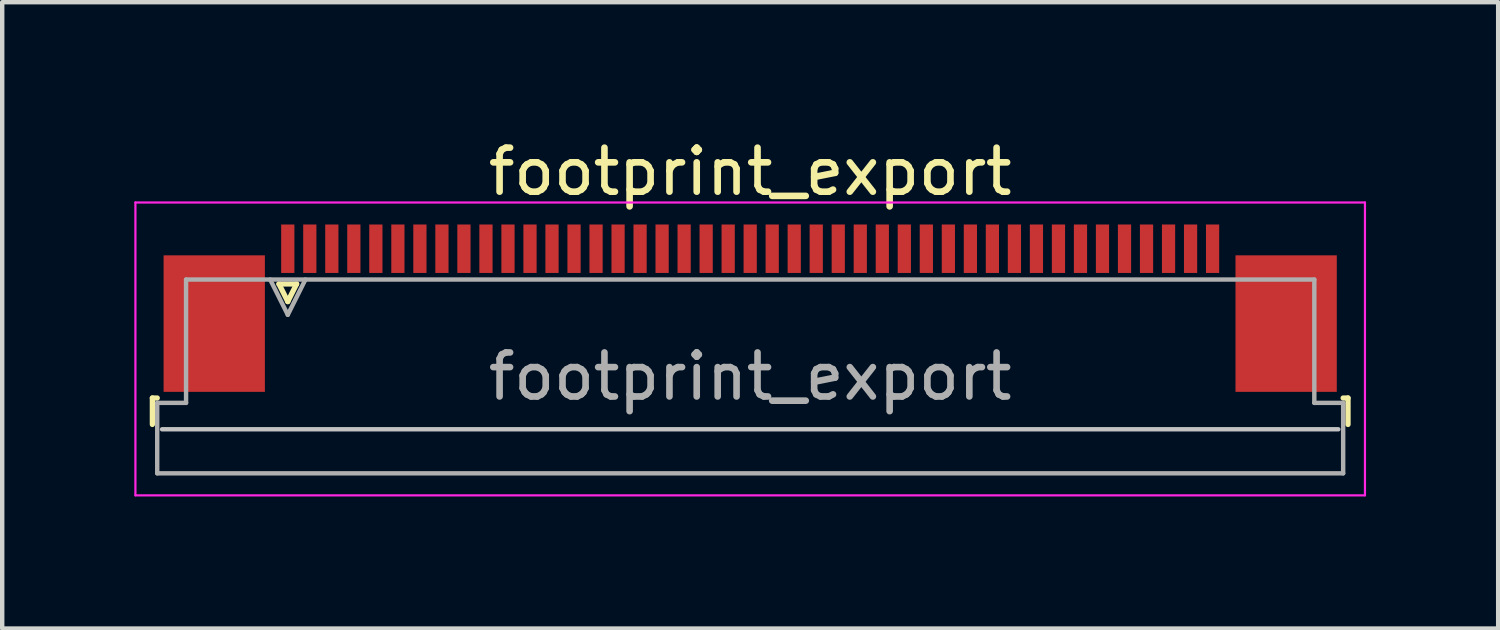
<source format=kicad_pcb>
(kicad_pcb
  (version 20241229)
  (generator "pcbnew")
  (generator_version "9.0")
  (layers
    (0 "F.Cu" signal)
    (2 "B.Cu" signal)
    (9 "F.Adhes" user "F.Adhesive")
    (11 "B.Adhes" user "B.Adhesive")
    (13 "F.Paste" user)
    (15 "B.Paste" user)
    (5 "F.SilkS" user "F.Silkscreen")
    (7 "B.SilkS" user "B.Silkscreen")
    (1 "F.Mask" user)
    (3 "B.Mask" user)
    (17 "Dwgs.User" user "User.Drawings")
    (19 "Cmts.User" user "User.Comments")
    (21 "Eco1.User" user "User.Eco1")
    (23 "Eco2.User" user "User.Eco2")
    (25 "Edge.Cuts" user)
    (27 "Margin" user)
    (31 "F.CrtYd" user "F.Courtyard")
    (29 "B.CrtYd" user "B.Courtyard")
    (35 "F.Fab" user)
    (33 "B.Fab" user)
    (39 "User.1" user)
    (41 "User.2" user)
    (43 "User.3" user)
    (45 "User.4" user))
  (footprint "footprint_export"
    (layer "F.Cu")
    (at 13.985 3.948)
    (property "Reference" "footprint_export" (at 0 -3.1 0) (layer "F.SilkS") (effects (font (size 1 1) (thickness 0.15))))
    (attr smd)
    (fp_line (start -13.575 2.04) (end -13.575 2.64) (stroke (width 0.12) (type solid)) (layer "F.SilkS"))
    (fp_line (start -13.465 2.04) (end -13.575 2.04) (stroke (width 0.12) (type solid)) (layer "F.SilkS"))
    (fp_line (start -10.7 -0.55) (end -10.5 -0.15) (stroke (width 0.12) (type solid)) (layer "F.SilkS"))
    (fp_line (start -10.5 -0.15) (end -10.3 -0.55) (stroke (width 0.12) (type solid)) (layer "F.SilkS"))
    (fp_line (start -10.3 -0.55) (end -10.7 -0.55) (stroke (width 0.12) (type solid)) (layer "F.SilkS"))
    (fp_line (start 13.465 2.04) (end 13.575 2.04) (stroke (width 0.12) (type solid)) (layer "F.SilkS"))
    (fp_line (start 13.575 2.04) (end 13.575 2.64) (stroke (width 0.12) (type solid)) (layer "F.SilkS"))
    (fp_line (start 13.355 2.75) (end -13.355 2.75) (stroke (width 0.1) (type solid)) (layer "Dwgs.User"))
    (fp_line (start -13.96 -2.4) (end -13.96 4.25) (stroke (width 0.05) (type solid)) (layer "F.CrtYd"))
    (fp_line (start -13.96 4.25) (end 13.96 4.25) (stroke (width 0.05) (type solid)) (layer "F.CrtYd"))
    (fp_line (start 13.96 -2.4) (end -13.96 -2.4) (stroke (width 0.05) (type solid)) (layer "F.CrtYd"))
    (fp_line (start 13.96 4.25) (end 13.96 -2.4) (stroke (width 0.05) (type solid)) (layer "F.CrtYd"))
    (fp_line (start -13.465 2.15) (end -12.81 2.15) (stroke (width 0.1) (type solid)) (layer "F.Fab"))
    (fp_line (start -13.465 3.75) (end -13.465 2.15) (stroke (width 0.1) (type solid)) (layer "F.Fab"))
    (fp_line (start -12.81 -0.65) (end 12.81 -0.65) (stroke (width 0.1) (type solid)) (layer "F.Fab"))
    (fp_line (start -12.81 2.15) (end -12.81 -0.65) (stroke (width 0.1) (type solid)) (layer "F.Fab"))
    (fp_line (start -10.9 -0.65) (end -10.5 0.15) (stroke (width 0.1) (type solid)) (layer "F.Fab"))
    (fp_line (start -10.5 0.15) (end -10.1 -0.65) (stroke (width 0.1) (type solid)) (layer "F.Fab"))
    (fp_line (start 12.81 -0.65) (end 12.81 2.15) (stroke (width 0.1) (type solid)) (layer "F.Fab"))
    (fp_line (start 12.81 2.15) (end 13.465 2.15) (stroke (width 0.1) (type solid)) (layer "F.Fab"))
    (fp_line (start 13.465 2.15) (end 13.465 3.75) (stroke (width 0.1) (type solid)) (layer "F.Fab"))
    (fp_line (start 13.465 3.75) (end -13.465 3.75) (stroke (width 0.1) (type solid)) (layer "F.Fab"))
    (fp_text user "${REFERENCE}" (at 0 1.55 0) (layer "F.Fab") (effects (font (size 1 1) (thickness 0.15))))
    (pad "1" smd rect (at -10.5 -1.35) (size 0.3 1.1) (layers "F.Cu" "F.Mask" "F.Paste"))
    (pad "2" smd rect (at -10 -1.35) (size 0.3 1.1) (layers "F.Cu" "F.Mask" "F.Paste"))
    (pad "3" smd rect (at -9.5 -1.35) (size 0.3 1.1) (layers "F.Cu" "F.Mask" "F.Paste"))
    (pad "4" smd rect (at -9 -1.35) (size 0.3 1.1) (layers "F.Cu" "F.Mask" "F.Paste"))
    (pad "5" smd rect (at -8.5 -1.35) (size 0.3 1.1) (layers "F.Cu" "F.Mask" "F.Paste"))
    (pad "6" smd rect (at -8 -1.35) (size 0.3 1.1) (layers "F.Cu" "F.Mask" "F.Paste"))
    (pad "7" smd rect (at -7.5 -1.35) (size 0.3 1.1) (layers "F.Cu" "F.Mask" "F.Paste"))
    (pad "8" smd rect (at -7 -1.35) (size 0.3 1.1) (layers "F.Cu" "F.Mask" "F.Paste"))
    (pad "9" smd rect (at -6.5 -1.35) (size 0.3 1.1) (layers "F.Cu" "F.Mask" "F.Paste"))
    (pad "10" smd rect (at -6 -1.35) (size 0.3 1.1) (layers "F.Cu" "F.Mask" "F.Paste"))
    (pad "11" smd rect (at -5.5 -1.35) (size 0.3 1.1) (layers "F.Cu" "F.Mask" "F.Paste"))
    (pad "12" smd rect (at -5 -1.35) (size 0.3 1.1) (layers "F.Cu" "F.Mask" "F.Paste"))
    (pad "13" smd rect (at -4.5 -1.35) (size 0.3 1.1) (layers "F.Cu" "F.Mask" "F.Paste"))
    (pad "14" smd rect (at -4 -1.35) (size 0.3 1.1) (layers "F.Cu" "F.Mask" "F.Paste"))
    (pad "15" smd rect (at -3.5 -1.35) (size 0.3 1.1) (layers "F.Cu" "F.Mask" "F.Paste"))
    (pad "16" smd rect (at -3 -1.35) (size 0.3 1.1) (layers "F.Cu" "F.Mask" "F.Paste"))
    (pad "17" smd rect (at -2.5 -1.35) (size 0.3 1.1) (layers "F.Cu" "F.Mask" "F.Paste"))
    (pad "18" smd rect (at -2 -1.35) (size 0.3 1.1) (layers "F.Cu" "F.Mask" "F.Paste"))
    (pad "19" smd rect (at -1.5 -1.35) (size 0.3 1.1) (layers "F.Cu" "F.Mask" "F.Paste"))
    (pad "20" smd rect (at -1 -1.35) (size 0.3 1.1) (layers "F.Cu" "F.Mask" "F.Paste"))
    (pad "21" smd rect (at -0.5 -1.35) (size 0.3 1.1) (layers "F.Cu" "F.Mask" "F.Paste"))
    (pad "22" smd rect (at 0 -1.35) (size 0.3 1.1) (layers "F.Cu" "F.Mask" "F.Paste"))
    (pad "23" smd rect (at 0.5 -1.35) (size 0.3 1.1) (layers "F.Cu" "F.Mask" "F.Paste"))
    (pad "24" smd rect (at 1 -1.35) (size 0.3 1.1) (layers "F.Cu" "F.Mask" "F.Paste"))
    (pad "25" smd rect (at 1.5 -1.35) (size 0.3 1.1) (layers "F.Cu" "F.Mask" "F.Paste"))
    (pad "26" smd rect (at 2 -1.35) (size 0.3 1.1) (layers "F.Cu" "F.Mask" "F.Paste"))
    (pad "27" smd rect (at 2.5 -1.35) (size 0.3 1.1) (layers "F.Cu" "F.Mask" "F.Paste"))
    (pad "28" smd rect (at 3 -1.35) (size 0.3 1.1) (layers "F.Cu" "F.Mask" "F.Paste"))
    (pad "29" smd rect (at 3.5 -1.35) (size 0.3 1.1) (layers "F.Cu" "F.Mask" "F.Paste"))
    (pad "30" smd rect (at 4 -1.35) (size 0.3 1.1) (layers "F.Cu" "F.Mask" "F.Paste"))
    (pad "31" smd rect (at 4.5 -1.35) (size 0.3 1.1) (layers "F.Cu" "F.Mask" "F.Paste"))
    (pad "32" smd rect (at 5 -1.35) (size 0.3 1.1) (layers "F.Cu" "F.Mask" "F.Paste"))
    (pad "33" smd rect (at 5.5 -1.35) (size 0.3 1.1) (layers "F.Cu" "F.Mask" "F.Paste"))
    (pad "34" smd rect (at 6 -1.35) (size 0.3 1.1) (layers "F.Cu" "F.Mask" "F.Paste"))
    (pad "35" smd rect (at 6.5 -1.35) (size 0.3 1.1) (layers "F.Cu" "F.Mask" "F.Paste"))
    (pad "36" smd rect (at 7 -1.35) (size 0.3 1.1) (layers "F.Cu" "F.Mask" "F.Paste"))
    (pad "37" smd rect (at 7.5 -1.35) (size 0.3 1.1) (layers "F.Cu" "F.Mask" "F.Paste"))
    (pad "38" smd rect (at 8 -1.35) (size 0.3 1.1) (layers "F.Cu" "F.Mask" "F.Paste"))
    (pad "39" smd rect (at 8.5 -1.35) (size 0.3 1.1) (layers "F.Cu" "F.Mask" "F.Paste"))
    (pad "40" smd rect (at 9 -1.35) (size 0.3 1.1) (layers "F.Cu" "F.Mask" "F.Paste"))
    (pad "41" smd rect (at 9.5 -1.35) (size 0.3 1.1) (layers "F.Cu" "F.Mask" "F.Paste"))
    (pad "42" smd rect (at 10 -1.35) (size 0.3 1.1) (layers "F.Cu" "F.Mask" "F.Paste"))
    (pad "43" smd rect (at 10.5 -1.35) (size 0.3 1.1) (layers "F.Cu" "F.Mask" "F.Paste"))
    (pad "MP" smd rect (at -12.17 0.35) (size 2.3 3.1) (layers "F.Cu" "F.Mask" "F.Paste"))
    (pad "MP" smd rect (at 12.17 0.35) (size 2.3 3.1) (layers "F.Cu" "F.Mask" "F.Paste")))
  (gr_rect
    (start -3 -3)
    (end 30.97 11.223)
    (stroke (width 0.1) (type default))
    (fill no)
    (layer "Edge.Cuts")))
</source>
